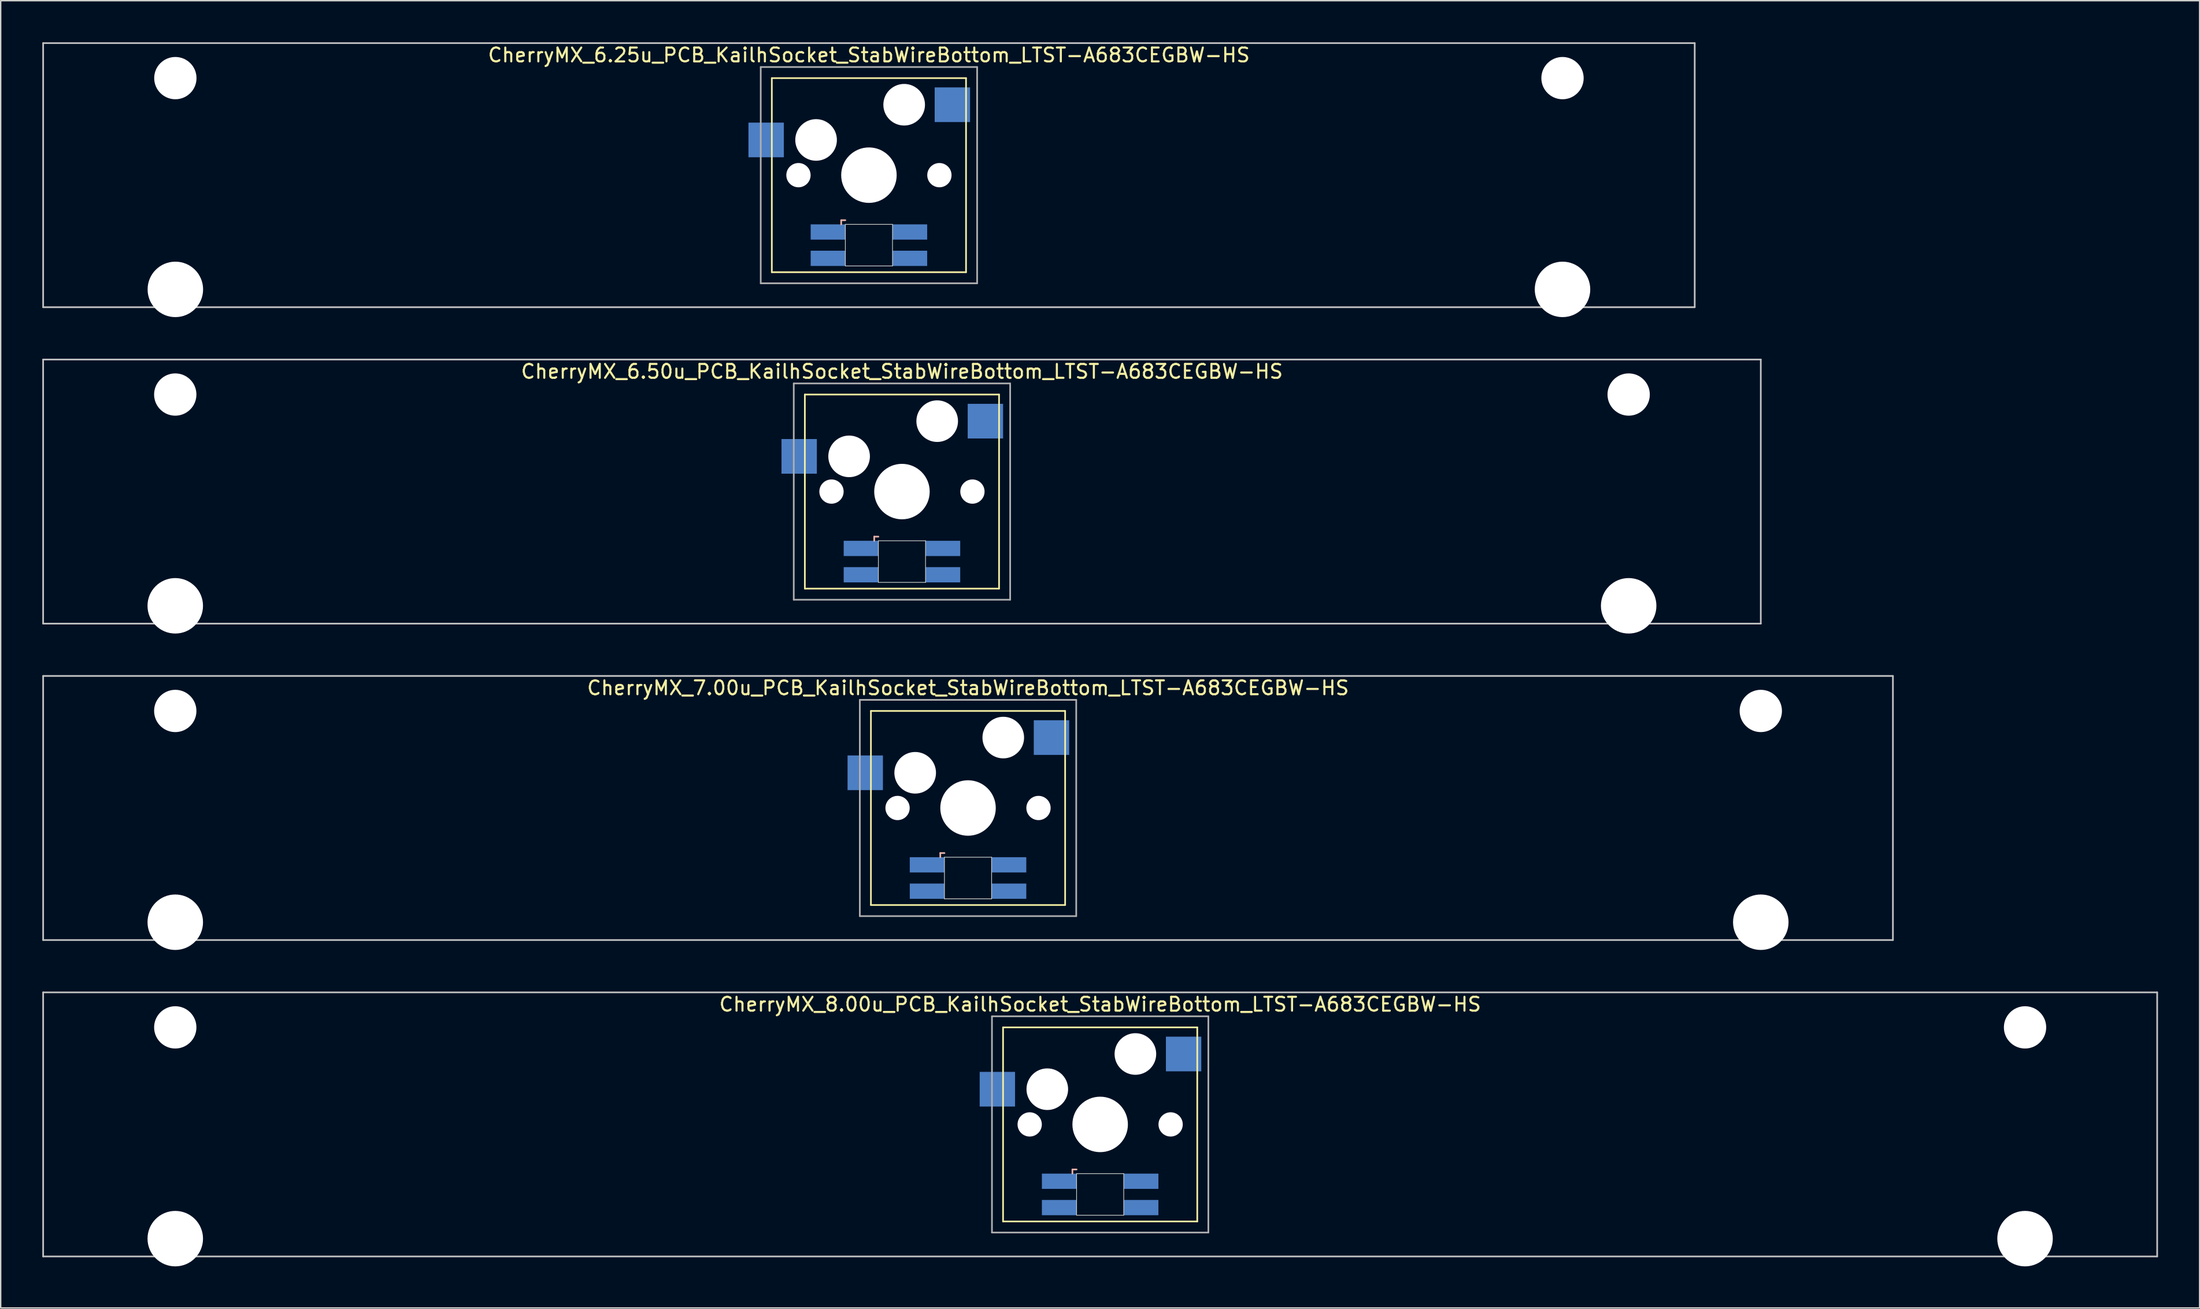
<source format=kicad_pcb>
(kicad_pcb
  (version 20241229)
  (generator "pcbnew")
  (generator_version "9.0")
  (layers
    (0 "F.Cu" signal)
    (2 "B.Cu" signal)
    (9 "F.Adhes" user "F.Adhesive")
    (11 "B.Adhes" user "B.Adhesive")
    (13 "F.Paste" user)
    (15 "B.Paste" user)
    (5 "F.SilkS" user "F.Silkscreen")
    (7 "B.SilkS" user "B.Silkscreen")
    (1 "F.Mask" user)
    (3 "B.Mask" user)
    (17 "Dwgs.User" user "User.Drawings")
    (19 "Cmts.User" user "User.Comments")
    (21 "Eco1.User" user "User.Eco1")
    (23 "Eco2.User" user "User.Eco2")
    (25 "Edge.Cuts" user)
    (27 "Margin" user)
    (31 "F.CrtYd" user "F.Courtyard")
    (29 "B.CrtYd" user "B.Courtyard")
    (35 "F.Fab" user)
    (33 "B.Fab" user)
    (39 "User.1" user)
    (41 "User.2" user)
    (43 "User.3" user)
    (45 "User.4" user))
  (footprint "CherryMX_8.00u_PCB_KailhSocket_StabWireBottom_LTST-A683CEGBW-HS"
    (layer "F.Cu")
    (at 76.26 78.06)
    (property "Reference" "CherryMX_8.00u_PCB_KailhSocket_StabWireBottom_LTST-A683CEGBW-HS" (at 0 -8.662 0) (layer "F.SilkS") (effects (font (size 1 1) (thickness 0.15))))
    (attr through_hole)
    (fp_line (start -7 -7) (end -7 7) (stroke (width 0.12) (type solid)) (layer "F.SilkS"))
    (fp_line (start -7 -7) (end 7 -7) (stroke (width 0.12) (type solid)) (layer "F.SilkS"))
    (fp_line (start 7 -7) (end 7 7) (stroke (width 0.12) (type solid)) (layer "F.SilkS"))
    (fp_line (start 7 7) (end -7 7) (stroke (width 0.12) (type solid)) (layer "F.SilkS"))
    (fp_line (start -2 3.25) (end -2 3.55) (stroke (width 0.12) (type solid)) (layer "B.SilkS"))
    (fp_line (start -1.7 3.25) (end -2 3.25) (stroke (width 0.12) (type solid)) (layer "B.SilkS"))
    (fp_line (start -76.2 -9.525) (end 76.2 -9.525) (stroke (width 0.12) (type solid)) (layer "Dwgs.User"))
    (fp_line (start -76.2 9.525) (end -76.2 -9.525) (stroke (width 0.12) (type solid)) (layer "Dwgs.User"))
    (fp_line (start 76.2 -9.525) (end 76.2 9.525) (stroke (width 0.12) (type solid)) (layer "Dwgs.User"))
    (fp_line (start 76.2 9.525) (end -76.2 9.525) (stroke (width 0.12) (type solid)) (layer "Dwgs.User"))
    (fp_line (start -1.7 3.55) (end 1.7 3.55) (stroke (width 0.05) (type solid)) (layer "Edge.Cuts"))
    (fp_line (start -1.7 6.55) (end -1.7 3.55) (stroke (width 0.05) (type solid)) (layer "Edge.Cuts"))
    (fp_line (start 1.7 3.55) (end 1.7 6.55) (stroke (width 0.05) (type solid)) (layer "Edge.Cuts"))
    (fp_line (start 1.7 6.55) (end -1.7 6.55) (stroke (width 0.05) (type solid)) (layer "Edge.Cuts"))
    (fp_line (start -7.8 -7.8) (end -7.8 7.8) (stroke (width 0.12) (type solid)) (layer "F.Fab"))
    (fp_line (start -7.8 -7.8) (end 7.8 -7.8) (stroke (width 0.12) (type solid)) (layer "F.Fab"))
    (fp_line (start -7.8 7.8) (end 7.8 7.8) (stroke (width 0.12) (type solid)) (layer "F.Fab"))
    (fp_line (start 7.8 -7.8) (end 7.8 7.8) (stroke (width 0.12) (type solid)) (layer "F.Fab"))
    (pad "" np_thru_hole circle (at -66.675 -7) (size 3.05 3.05) (drill 3.05) (layers "*.Cu" "*.Mask"))
    (pad "" np_thru_hole circle (at -66.675 8.24) (size 4 4) (drill 4) (layers "*.Cu" "*.Mask"))
    (pad "" np_thru_hole circle (at -5.08 0) (size 1.75 1.75) (drill 1.75) (layers "*.Cu" "*.Mask"))
    (pad "" np_thru_hole circle (at -3.81 -2.54) (size 3 3) (drill 3) (layers "*.Cu" "*.Mask"))
    (pad "" np_thru_hole circle (at 0 0) (size 4 4) (drill 4) (layers "*.Cu" "*.Mask"))
    (pad "" np_thru_hole circle (at 2.54 -5.08) (size 3 3) (drill 3) (layers "*.Cu" "*.Mask"))
    (pad "" np_thru_hole circle (at 5.08 0) (size 1.75 1.75) (drill 1.75) (layers "*.Cu" "*.Mask"))
    (pad "" np_thru_hole circle (at 66.675 -7) (size 3.05 3.05) (drill 3.05) (layers "*.Cu" "*.Mask"))
    (pad "" np_thru_hole circle (at 66.675 8.24) (size 4 4) (drill 4) (layers "*.Cu" "*.Mask"))
    (pad "1" smd rect (at -7.41 -2.54) (size 2.55 2.5) (layers "B.Cu" "B.Mask" "B.Paste"))
    (pad "2" smd rect (at 6.015 -5.08) (size 2.55 2.5) (layers "B.Cu" "B.Mask" "B.Paste"))
    (pad "3" smd rect (at -2.95 4.1) (size 2.5 1.1) (layers "B.Cu" "B.Mask" "B.Paste"))
    (pad "4" smd rect (at -2.95 6) (size 2.5 1.1) (layers "B.Cu" "B.Mask" "B.Paste"))
    (pad "5" smd rect (at 2.95 4.1) (size 2.5 1.1) (layers "B.Cu" "B.Mask" "B.Paste"))
    (pad "6" smd rect (at 2.95 6) (size 2.5 1.1) (layers "B.Cu" "B.Mask" "B.Paste")))
  (footprint "CherryMX_7.00u_PCB_KailhSocket_StabWireBottom_LTST-A683CEGBW-HS"
    (layer "F.Cu")
    (at 66.735 55.235)
    (property "Reference" "CherryMX_7.00u_PCB_KailhSocket_StabWireBottom_LTST-A683CEGBW-HS" (at 0 -8.662 0) (layer "F.SilkS") (effects (font (size 1 1) (thickness 0.15))))
    (attr through_hole)
    (fp_line (start -7 -7) (end -7 7) (stroke (width 0.12) (type solid)) (layer "F.SilkS"))
    (fp_line (start -7 -7) (end 7 -7) (stroke (width 0.12) (type solid)) (layer "F.SilkS"))
    (fp_line (start 7 -7) (end 7 7) (stroke (width 0.12) (type solid)) (layer "F.SilkS"))
    (fp_line (start 7 7) (end -7 7) (stroke (width 0.12) (type solid)) (layer "F.SilkS"))
    (fp_line (start -2 3.25) (end -2 3.55) (stroke (width 0.12) (type solid)) (layer "B.SilkS"))
    (fp_line (start -1.7 3.25) (end -2 3.25) (stroke (width 0.12) (type solid)) (layer "B.SilkS"))
    (fp_line (start -66.675 -9.525) (end 66.675 -9.525) (stroke (width 0.12) (type solid)) (layer "Dwgs.User"))
    (fp_line (start -66.675 9.525) (end -66.675 -9.525) (stroke (width 0.12) (type solid)) (layer "Dwgs.User"))
    (fp_line (start 66.675 -9.525) (end 66.675 9.525) (stroke (width 0.12) (type solid)) (layer "Dwgs.User"))
    (fp_line (start 66.675 9.525) (end -66.675 9.525) (stroke (width 0.12) (type solid)) (layer "Dwgs.User"))
    (fp_line (start -1.7 3.55) (end 1.7 3.55) (stroke (width 0.05) (type solid)) (layer "Edge.Cuts"))
    (fp_line (start -1.7 6.55) (end -1.7 3.55) (stroke (width 0.05) (type solid)) (layer "Edge.Cuts"))
    (fp_line (start 1.7 3.55) (end 1.7 6.55) (stroke (width 0.05) (type solid)) (layer "Edge.Cuts"))
    (fp_line (start 1.7 6.55) (end -1.7 6.55) (stroke (width 0.05) (type solid)) (layer "Edge.Cuts"))
    (fp_line (start -7.8 -7.8) (end -7.8 7.8) (stroke (width 0.12) (type solid)) (layer "F.Fab"))
    (fp_line (start -7.8 -7.8) (end 7.8 -7.8) (stroke (width 0.12) (type solid)) (layer "F.Fab"))
    (fp_line (start -7.8 7.8) (end 7.8 7.8) (stroke (width 0.12) (type solid)) (layer "F.Fab"))
    (fp_line (start 7.8 -7.8) (end 7.8 7.8) (stroke (width 0.12) (type solid)) (layer "F.Fab"))
    (pad "" np_thru_hole circle (at -57.15 -7) (size 3.05 3.05) (drill 3.05) (layers "*.Cu" "*.Mask"))
    (pad "" np_thru_hole circle (at -57.15 8.24) (size 4 4) (drill 4) (layers "*.Cu" "*.Mask"))
    (pad "" np_thru_hole circle (at -5.08 0) (size 1.75 1.75) (drill 1.75) (layers "*.Cu" "*.Mask"))
    (pad "" np_thru_hole circle (at -3.81 -2.54) (size 3 3) (drill 3) (layers "*.Cu" "*.Mask"))
    (pad "" np_thru_hole circle (at 0 0) (size 4 4) (drill 4) (layers "*.Cu" "*.Mask"))
    (pad "" np_thru_hole circle (at 2.54 -5.08) (size 3 3) (drill 3) (layers "*.Cu" "*.Mask"))
    (pad "" np_thru_hole circle (at 5.08 0) (size 1.75 1.75) (drill 1.75) (layers "*.Cu" "*.Mask"))
    (pad "" np_thru_hole circle (at 57.15 -7) (size 3.05 3.05) (drill 3.05) (layers "*.Cu" "*.Mask"))
    (pad "" np_thru_hole circle (at 57.15 8.24) (size 4 4) (drill 4) (layers "*.Cu" "*.Mask"))
    (pad "1" smd rect (at -7.41 -2.54) (size 2.55 2.5) (layers "B.Cu" "B.Mask" "B.Paste"))
    (pad "2" smd rect (at 6.015 -5.08) (size 2.55 2.5) (layers "B.Cu" "B.Mask" "B.Paste"))
    (pad "3" smd rect (at -2.95 4.1) (size 2.5 1.1) (layers "B.Cu" "B.Mask" "B.Paste"))
    (pad "4" smd rect (at -2.95 6) (size 2.5 1.1) (layers "B.Cu" "B.Mask" "B.Paste"))
    (pad "5" smd rect (at 2.95 4.1) (size 2.5 1.1) (layers "B.Cu" "B.Mask" "B.Paste"))
    (pad "6" smd rect (at 2.95 6) (size 2.5 1.1) (layers "B.Cu" "B.Mask" "B.Paste")))
  (footprint "CherryMX_6.50u_PCB_KailhSocket_StabWireBottom_LTST-A683CEGBW-HS"
    (layer "F.Cu")
    (at 61.972 32.41)
    (property "Reference" "CherryMX_6.50u_PCB_KailhSocket_StabWireBottom_LTST-A683CEGBW-HS" (at 0 -8.662 0) (layer "F.SilkS") (effects (font (size 1 1) (thickness 0.15))))
    (attr through_hole)
    (fp_line (start -7 -7) (end -7 7) (stroke (width 0.12) (type solid)) (layer "F.SilkS"))
    (fp_line (start -7 -7) (end 7 -7) (stroke (width 0.12) (type solid)) (layer "F.SilkS"))
    (fp_line (start 7 -7) (end 7 7) (stroke (width 0.12) (type solid)) (layer "F.SilkS"))
    (fp_line (start 7 7) (end -7 7) (stroke (width 0.12) (type solid)) (layer "F.SilkS"))
    (fp_line (start -2 3.25) (end -2 3.55) (stroke (width 0.12) (type solid)) (layer "B.SilkS"))
    (fp_line (start -1.7 3.25) (end -2 3.25) (stroke (width 0.12) (type solid)) (layer "B.SilkS"))
    (fp_line (start -61.913 -9.525) (end 61.913 -9.525) (stroke (width 0.12) (type solid)) (layer "Dwgs.User"))
    (fp_line (start -61.913 9.525) (end -61.913 -9.525) (stroke (width 0.12) (type solid)) (layer "Dwgs.User"))
    (fp_line (start 61.913 -9.525) (end 61.913 9.525) (stroke (width 0.12) (type solid)) (layer "Dwgs.User"))
    (fp_line (start 61.913 9.525) (end -61.913 9.525) (stroke (width 0.12) (type solid)) (layer "Dwgs.User"))
    (fp_line (start -1.7 3.55) (end 1.7 3.55) (stroke (width 0.05) (type solid)) (layer "Edge.Cuts"))
    (fp_line (start -1.7 6.55) (end -1.7 3.55) (stroke (width 0.05) (type solid)) (layer "Edge.Cuts"))
    (fp_line (start 1.7 3.55) (end 1.7 6.55) (stroke (width 0.05) (type solid)) (layer "Edge.Cuts"))
    (fp_line (start 1.7 6.55) (end -1.7 6.55) (stroke (width 0.05) (type solid)) (layer "Edge.Cuts"))
    (fp_line (start -7.8 -7.8) (end -7.8 7.8) (stroke (width 0.12) (type solid)) (layer "F.Fab"))
    (fp_line (start -7.8 -7.8) (end 7.8 -7.8) (stroke (width 0.12) (type solid)) (layer "F.Fab"))
    (fp_line (start -7.8 7.8) (end 7.8 7.8) (stroke (width 0.12) (type solid)) (layer "F.Fab"))
    (fp_line (start 7.8 -7.8) (end 7.8 7.8) (stroke (width 0.12) (type solid)) (layer "F.Fab"))
    (pad "" np_thru_hole circle (at -52.388 -7) (size 3.05 3.05) (drill 3.05) (layers "*.Cu" "*.Mask"))
    (pad "" np_thru_hole circle (at -52.388 8.24) (size 4 4) (drill 4) (layers "*.Cu" "*.Mask"))
    (pad "" np_thru_hole circle (at -5.08 0) (size 1.75 1.75) (drill 1.75) (layers "*.Cu" "*.Mask"))
    (pad "" np_thru_hole circle (at -3.81 -2.54) (size 3 3) (drill 3) (layers "*.Cu" "*.Mask"))
    (pad "" np_thru_hole circle (at 0 0) (size 4 4) (drill 4) (layers "*.Cu" "*.Mask"))
    (pad "" np_thru_hole circle (at 2.54 -5.08) (size 3 3) (drill 3) (layers "*.Cu" "*.Mask"))
    (pad "" np_thru_hole circle (at 5.08 0) (size 1.75 1.75) (drill 1.75) (layers "*.Cu" "*.Mask"))
    (pad "" np_thru_hole circle (at 52.388 -7) (size 3.05 3.05) (drill 3.05) (layers "*.Cu" "*.Mask"))
    (pad "" np_thru_hole circle (at 52.388 8.24) (size 4 4) (drill 4) (layers "*.Cu" "*.Mask"))
    (pad "1" smd rect (at -7.41 -2.54) (size 2.55 2.5) (layers "B.Cu" "B.Mask" "B.Paste"))
    (pad "2" smd rect (at 6.015 -5.08) (size 2.55 2.5) (layers "B.Cu" "B.Mask" "B.Paste"))
    (pad "3" smd rect (at -2.95 4.1) (size 2.5 1.1) (layers "B.Cu" "B.Mask" "B.Paste"))
    (pad "4" smd rect (at -2.95 6) (size 2.5 1.1) (layers "B.Cu" "B.Mask" "B.Paste"))
    (pad "5" smd rect (at 2.95 4.1) (size 2.5 1.1) (layers "B.Cu" "B.Mask" "B.Paste"))
    (pad "6" smd rect (at 2.95 6) (size 2.5 1.1) (layers "B.Cu" "B.Mask" "B.Paste")))
  (footprint "CherryMX_6.25u_PCB_KailhSocket_StabWireBottom_LTST-A683CEGBW-HS"
    (layer "F.Cu")
    (at 59.591 9.585)
    (property "Reference" "CherryMX_6.25u_PCB_KailhSocket_StabWireBottom_LTST-A683CEGBW-HS" (at 0 -8.662 0) (layer "F.SilkS") (effects (font (size 1 1) (thickness 0.15))))
    (attr through_hole)
    (fp_line (start -7 -7) (end -7 7) (stroke (width 0.12) (type solid)) (layer "F.SilkS"))
    (fp_line (start -7 -7) (end 7 -7) (stroke (width 0.12) (type solid)) (layer "F.SilkS"))
    (fp_line (start 7 -7) (end 7 7) (stroke (width 0.12) (type solid)) (layer "F.SilkS"))
    (fp_line (start 7 7) (end -7 7) (stroke (width 0.12) (type solid)) (layer "F.SilkS"))
    (fp_line (start -2 3.25) (end -2 3.55) (stroke (width 0.12) (type solid)) (layer "B.SilkS"))
    (fp_line (start -1.7 3.25) (end -2 3.25) (stroke (width 0.12) (type solid)) (layer "B.SilkS"))
    (fp_line (start -59.531 -9.525) (end 59.531 -9.525) (stroke (width 0.12) (type solid)) (layer "Dwgs.User"))
    (fp_line (start -59.531 9.525) (end -59.531 -9.525) (stroke (width 0.12) (type solid)) (layer "Dwgs.User"))
    (fp_line (start 59.531 -9.525) (end 59.531 9.525) (stroke (width 0.12) (type solid)) (layer "Dwgs.User"))
    (fp_line (start 59.531 9.525) (end -59.531 9.525) (stroke (width 0.12) (type solid)) (layer "Dwgs.User"))
    (fp_line (start -1.7 3.55) (end 1.7 3.55) (stroke (width 0.05) (type solid)) (layer "Edge.Cuts"))
    (fp_line (start -1.7 6.55) (end -1.7 3.55) (stroke (width 0.05) (type solid)) (layer "Edge.Cuts"))
    (fp_line (start 1.7 3.55) (end 1.7 6.55) (stroke (width 0.05) (type solid)) (layer "Edge.Cuts"))
    (fp_line (start 1.7 6.55) (end -1.7 6.55) (stroke (width 0.05) (type solid)) (layer "Edge.Cuts"))
    (fp_line (start -7.8 -7.8) (end -7.8 7.8) (stroke (width 0.12) (type solid)) (layer "F.Fab"))
    (fp_line (start -7.8 -7.8) (end 7.8 -7.8) (stroke (width 0.12) (type solid)) (layer "F.Fab"))
    (fp_line (start -7.8 7.8) (end 7.8 7.8) (stroke (width 0.12) (type solid)) (layer "F.Fab"))
    (fp_line (start 7.8 -7.8) (end 7.8 7.8) (stroke (width 0.12) (type solid)) (layer "F.Fab"))
    (pad "" np_thru_hole circle (at -50 -7) (size 3.05 3.05) (drill 3.05) (layers "*.Cu" "*.Mask"))
    (pad "" np_thru_hole circle (at -50 8.24) (size 4 4) (drill 4) (layers "*.Cu" "*.Mask"))
    (pad "" np_thru_hole circle (at -5.08 0) (size 1.75 1.75) (drill 1.75) (layers "*.Cu" "*.Mask"))
    (pad "" np_thru_hole circle (at -3.81 -2.54) (size 3 3) (drill 3) (layers "*.Cu" "*.Mask"))
    (pad "" np_thru_hole circle (at 0 0) (size 4 4) (drill 4) (layers "*.Cu" "*.Mask"))
    (pad "" np_thru_hole circle (at 2.54 -5.08) (size 3 3) (drill 3) (layers "*.Cu" "*.Mask"))
    (pad "" np_thru_hole circle (at 5.08 0) (size 1.75 1.75) (drill 1.75) (layers "*.Cu" "*.Mask"))
    (pad "" np_thru_hole circle (at 50 -7) (size 3.05 3.05) (drill 3.05) (layers "*.Cu" "*.Mask"))
    (pad "" np_thru_hole circle (at 50 8.24) (size 4 4) (drill 4) (layers "*.Cu" "*.Mask"))
    (pad "1" smd rect (at -7.41 -2.54) (size 2.55 2.5) (layers "B.Cu" "B.Mask" "B.Paste"))
    (pad "2" smd rect (at 6.015 -5.08) (size 2.55 2.5) (layers "B.Cu" "B.Mask" "B.Paste"))
    (pad "3" smd rect (at -2.95 4.1) (size 2.5 1.1) (layers "B.Cu" "B.Mask" "B.Paste"))
    (pad "4" smd rect (at -2.95 6) (size 2.5 1.1) (layers "B.Cu" "B.Mask" "B.Paste"))
    (pad "5" smd rect (at 2.95 4.1) (size 2.5 1.1) (layers "B.Cu" "B.Mask" "B.Paste"))
    (pad "6" smd rect (at 2.95 6) (size 2.5 1.1) (layers "B.Cu" "B.Mask" "B.Paste")))
  (gr_rect
    (start -3 -3)
    (end 155.52 91.3)
    (stroke (width 0.1) (type default))
    (fill no)
    (layer "Edge.Cuts")))
</source>
